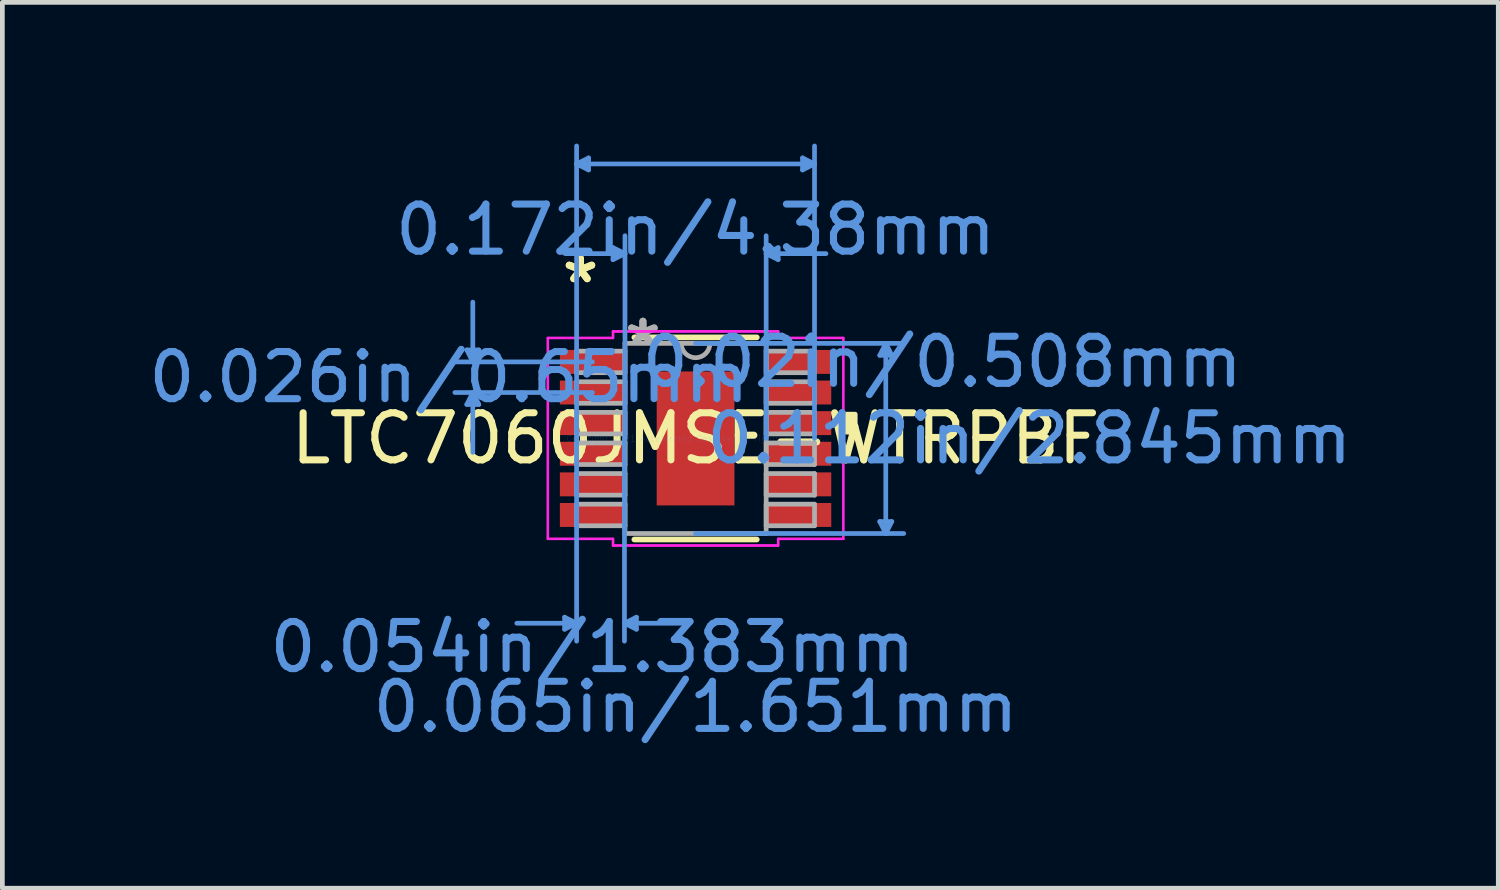
<source format=kicad_pcb>
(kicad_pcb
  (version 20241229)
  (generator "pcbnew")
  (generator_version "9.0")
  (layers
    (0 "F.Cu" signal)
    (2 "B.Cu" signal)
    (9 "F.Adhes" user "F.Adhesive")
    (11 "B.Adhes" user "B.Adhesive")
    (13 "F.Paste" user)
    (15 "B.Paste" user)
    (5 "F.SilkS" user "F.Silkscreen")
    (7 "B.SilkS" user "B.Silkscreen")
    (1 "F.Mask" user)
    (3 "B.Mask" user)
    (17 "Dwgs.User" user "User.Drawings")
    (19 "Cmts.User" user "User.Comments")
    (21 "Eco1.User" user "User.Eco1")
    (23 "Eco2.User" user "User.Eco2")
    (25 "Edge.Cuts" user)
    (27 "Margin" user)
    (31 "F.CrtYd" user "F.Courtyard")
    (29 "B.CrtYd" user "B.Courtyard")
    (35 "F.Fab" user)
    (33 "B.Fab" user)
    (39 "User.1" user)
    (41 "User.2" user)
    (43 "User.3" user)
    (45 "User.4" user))
  (footprint "LTC7060JMSE-WTRPBF"
    (layer "F.Cu")
    (at 11.72 6.26)
    (property "Reference" "LTC7060JMSE-WTRPBF" (at 0 0 0) (layer "F.SilkS") (effects (font (size 1 1) (thickness 0.15))))
    (attr through_hole)
    (fp_line (start -1.3 2.146) (end 1.3 2.146) (stroke (width 0.12) (type solid)) (layer "F.SilkS"))
    (fp_line (start 1.3 -2.146) (end -1.3 -2.146) (stroke (width 0.12) (type solid)) (layer "F.SilkS"))
    (fp_poly (pts (xy 3.39 -0.515) (xy 3.39 -0.134) (xy 3.136 -0.134) (xy 3.136 -0.515)) (stroke (width 0.1) (type solid)) (fill yes) (layer "F.SilkS"))
    (fp_poly (pts (xy -0.726 -1.322) (xy -0.726 -0.1) (xy 0.726 -0.1) (xy 0.726 -1.322)) (stroke (width 0.1) (type solid)) (fill yes) (layer "F.Paste"))
    (fp_poly (pts (xy -0.726 0.1) (xy -0.726 1.322) (xy 0.726 1.322) (xy 0.726 0.1)) (stroke (width 0.1) (type solid)) (fill yes) (layer "F.Paste"))
    (fp_line (start -4.857 -1.879) (end -4.603 -1.879) (stroke (width 0.1) (type solid)) (layer "Cmts.User"))
    (fp_line (start -4.857 -0.721) (end -4.603 -0.721) (stroke (width 0.1) (type solid)) (layer "Cmts.User"))
    (fp_line (start -4.73 -1.625) (end -4.857 -1.879) (stroke (width 0.1) (type solid)) (layer "Cmts.User"))
    (fp_line (start -4.73 -1.625) (end -4.73 -2.895) (stroke (width 0.1) (type solid)) (layer "Cmts.User"))
    (fp_line (start -4.73 -1.625) (end -4.603 -1.879) (stroke (width 0.1) (type solid)) (layer "Cmts.User"))
    (fp_line (start -4.73 -0.975) (end -4.857 -0.721) (stroke (width 0.1) (type solid)) (layer "Cmts.User"))
    (fp_line (start -4.73 -0.975) (end -4.73 0.295) (stroke (width 0.1) (type solid)) (layer "Cmts.User"))
    (fp_line (start -4.73 -0.975) (end -4.603 -0.721) (stroke (width 0.1) (type solid)) (layer "Cmts.User"))
    (fp_line (start -2.78 3.797) (end -2.78 4.051) (stroke (width 0.1) (type solid)) (layer "Cmts.User"))
    (fp_line (start -2.526 -5.829) (end -2.272 -5.956) (stroke (width 0.1) (type solid)) (layer "Cmts.User"))
    (fp_line (start -2.526 -5.829) (end -2.272 -5.702) (stroke (width 0.1) (type solid)) (layer "Cmts.User"))
    (fp_line (start -2.526 -5.829) (end 2.526 -5.829) (stroke (width 0.1) (type solid)) (layer "Cmts.User"))
    (fp_line (start -2.526 0) (end -2.526 -6.21) (stroke (width 0.1) (type solid)) (layer "Cmts.User"))
    (fp_line (start -2.526 0) (end -2.526 4.305) (stroke (width 0.1) (type solid)) (layer "Cmts.User"))
    (fp_line (start -2.526 3.924) (end -3.796 3.924) (stroke (width 0.1) (type solid)) (layer "Cmts.User"))
    (fp_line (start -2.526 3.924) (end -2.78 3.797) (stroke (width 0.1) (type solid)) (layer "Cmts.User"))
    (fp_line (start -2.526 3.924) (end -2.78 4.051) (stroke (width 0.1) (type solid)) (layer "Cmts.User"))
    (fp_line (start -2.272 -5.956) (end -2.272 -5.702) (stroke (width 0.1) (type solid)) (layer "Cmts.User"))
    (fp_line (start -2.19 -1.625) (end -5.111 -1.625) (stroke (width 0.1) (type solid)) (layer "Cmts.User"))
    (fp_line (start -2.19 -0.975) (end -5.111 -0.975) (stroke (width 0.1) (type solid)) (layer "Cmts.User"))
    (fp_line (start -1.753 -4.051) (end -1.753 -3.797) (stroke (width 0.1) (type solid)) (layer "Cmts.User"))
    (fp_line (start -1.51 0) (end -1.51 4.305) (stroke (width 0.1) (type solid)) (layer "Cmts.User"))
    (fp_line (start -1.51 3.924) (end -1.256 3.797) (stroke (width 0.1) (type solid)) (layer "Cmts.User"))
    (fp_line (start -1.51 3.924) (end -1.256 4.051) (stroke (width 0.1) (type solid)) (layer "Cmts.User"))
    (fp_line (start -1.51 3.924) (end -0.24 3.924) (stroke (width 0.1) (type solid)) (layer "Cmts.User"))
    (fp_line (start -1.499 -3.924) (end -2.769 -3.924) (stroke (width 0.1) (type solid)) (layer "Cmts.User"))
    (fp_line (start -1.499 -3.924) (end -1.753 -4.051) (stroke (width 0.1) (type solid)) (layer "Cmts.User"))
    (fp_line (start -1.499 -3.924) (end -1.753 -3.797) (stroke (width 0.1) (type solid)) (layer "Cmts.User"))
    (fp_line (start -1.499 0) (end -1.499 -4.305) (stroke (width 0.1) (type solid)) (layer "Cmts.User"))
    (fp_line (start -1.256 3.797) (end -1.256 4.051) (stroke (width 0.1) (type solid)) (layer "Cmts.User"))
    (fp_line (start 0 -2.019) (end 4.42 -2.019) (stroke (width 0.1) (type solid)) (layer "Cmts.User"))
    (fp_line (start 0 2.019) (end 4.42 2.019) (stroke (width 0.1) (type solid)) (layer "Cmts.User"))
    (fp_line (start 1.499 -3.924) (end 1.753 -4.051) (stroke (width 0.1) (type solid)) (layer "Cmts.User"))
    (fp_line (start 1.499 -3.924) (end 1.753 -3.797) (stroke (width 0.1) (type solid)) (layer "Cmts.User"))
    (fp_line (start 1.499 -3.924) (end 2.769 -3.924) (stroke (width 0.1) (type solid)) (layer "Cmts.User"))
    (fp_line (start 1.499 0) (end 1.499 -4.305) (stroke (width 0.1) (type solid)) (layer "Cmts.User"))
    (fp_line (start 1.753 -4.051) (end 1.753 -3.797) (stroke (width 0.1) (type solid)) (layer "Cmts.User"))
    (fp_line (start 2.272 -5.956) (end 2.272 -5.702) (stroke (width 0.1) (type solid)) (layer "Cmts.User"))
    (fp_line (start 2.526 -5.829) (end 2.272 -5.956) (stroke (width 0.1) (type solid)) (layer "Cmts.User"))
    (fp_line (start 2.526 -5.829) (end 2.272 -5.702) (stroke (width 0.1) (type solid)) (layer "Cmts.User"))
    (fp_line (start 2.526 0) (end 2.526 -6.21) (stroke (width 0.1) (type solid)) (layer "Cmts.User"))
    (fp_line (start 3.912 -1.765) (end 4.166 -1.765) (stroke (width 0.1) (type solid)) (layer "Cmts.User"))
    (fp_line (start 3.912 1.765) (end 4.166 1.765) (stroke (width 0.1) (type solid)) (layer "Cmts.User"))
    (fp_line (start 4.039 -2.019) (end 3.912 -1.765) (stroke (width 0.1) (type solid)) (layer "Cmts.User"))
    (fp_line (start 4.039 -2.019) (end 4.039 2.019) (stroke (width 0.1) (type solid)) (layer "Cmts.User"))
    (fp_line (start 4.039 -2.019) (end 4.166 -1.765) (stroke (width 0.1) (type solid)) (layer "Cmts.User"))
    (fp_line (start 4.039 2.019) (end 3.912 1.765) (stroke (width 0.1) (type solid)) (layer "Cmts.User"))
    (fp_line (start 4.039 2.019) (end 4.166 1.765) (stroke (width 0.1) (type solid)) (layer "Cmts.User"))
    (fp_line (start -3.136 -2.133) (end -1.753 -2.133) (stroke (width 0.05) (type solid)) (layer "F.CrtYd"))
    (fp_line (start -3.136 -2.133) (end -1.753 -2.133) (stroke (width 0.05) (type solid)) (layer "F.CrtYd"))
    (fp_line (start -3.136 2.133) (end -3.136 -2.133) (stroke (width 0.05) (type solid)) (layer "F.CrtYd"))
    (fp_line (start -3.136 2.133) (end -3.136 -2.133) (stroke (width 0.05) (type solid)) (layer "F.CrtYd"))
    (fp_line (start -3.136 2.133) (end -1.753 2.133) (stroke (width 0.05) (type solid)) (layer "F.CrtYd"))
    (fp_line (start -1.753 -2.273) (end 1.753 -2.273) (stroke (width 0.05) (type solid)) (layer "F.CrtYd"))
    (fp_line (start -1.753 -2.273) (end 1.753 -2.273) (stroke (width 0.05) (type solid)) (layer "F.CrtYd"))
    (fp_line (start -1.753 -2.133) (end -1.753 -2.273) (stroke (width 0.05) (type solid)) (layer "F.CrtYd"))
    (fp_line (start -1.753 -2.133) (end -1.753 -2.273) (stroke (width 0.05) (type solid)) (layer "F.CrtYd"))
    (fp_line (start -1.753 2.133) (end -3.136 2.133) (stroke (width 0.05) (type solid)) (layer "F.CrtYd"))
    (fp_line (start -1.753 2.273) (end -1.753 2.133) (stroke (width 0.05) (type solid)) (layer "F.CrtYd"))
    (fp_line (start -1.753 2.273) (end -1.753 2.133) (stroke (width 0.05) (type solid)) (layer "F.CrtYd"))
    (fp_line (start 1.753 -2.273) (end 1.753 -2.133) (stroke (width 0.05) (type solid)) (layer "F.CrtYd"))
    (fp_line (start 1.753 -2.273) (end 1.753 -2.133) (stroke (width 0.05) (type solid)) (layer "F.CrtYd"))
    (fp_line (start 1.753 -2.133) (end 3.136 -2.133) (stroke (width 0.05) (type solid)) (layer "F.CrtYd"))
    (fp_line (start 1.753 2.133) (end 1.753 2.273) (stroke (width 0.05) (type solid)) (layer "F.CrtYd"))
    (fp_line (start 1.753 2.133) (end 1.753 2.273) (stroke (width 0.05) (type solid)) (layer "F.CrtYd"))
    (fp_line (start 1.753 2.273) (end -1.753 2.273) (stroke (width 0.05) (type solid)) (layer "F.CrtYd"))
    (fp_line (start 1.753 2.273) (end -1.753 2.273) (stroke (width 0.05) (type solid)) (layer "F.CrtYd"))
    (fp_line (start 3.136 -2.133) (end 1.753 -2.133) (stroke (width 0.05) (type solid)) (layer "F.CrtYd"))
    (fp_line (start 3.136 -2.133) (end 3.136 2.133) (stroke (width 0.05) (type solid)) (layer "F.CrtYd"))
    (fp_line (start 3.136 -2.133) (end 3.136 2.133) (stroke (width 0.05) (type solid)) (layer "F.CrtYd"))
    (fp_line (start 3.136 2.133) (end 1.753 2.133) (stroke (width 0.05) (type solid)) (layer "F.CrtYd"))
    (fp_line (start 3.136 2.133) (end 1.753 2.133) (stroke (width 0.05) (type solid)) (layer "F.CrtYd"))
    (fp_line (start -2.526 -1.854) (end -2.526 -1.396) (stroke (width 0.1) (type solid)) (layer "F.Fab"))
    (fp_line (start -2.526 -1.396) (end -1.499 -1.396) (stroke (width 0.1) (type solid)) (layer "F.Fab"))
    (fp_line (start -2.526 -1.204) (end -2.526 -0.746) (stroke (width 0.1) (type solid)) (layer "F.Fab"))
    (fp_line (start -2.526 -0.746) (end -1.499 -0.746) (stroke (width 0.1) (type solid)) (layer "F.Fab"))
    (fp_line (start -2.526 -0.554) (end -2.526 -0.096) (stroke (width 0.1) (type solid)) (layer "F.Fab"))
    (fp_line (start -2.526 -0.096) (end -1.499 -0.096) (stroke (width 0.1) (type solid)) (layer "F.Fab"))
    (fp_line (start -2.526 0.096) (end -2.526 0.554) (stroke (width 0.1) (type solid)) (layer "F.Fab"))
    (fp_line (start -2.526 0.554) (end -1.499 0.554) (stroke (width 0.1) (type solid)) (layer "F.Fab"))
    (fp_line (start -2.526 0.746) (end -2.526 1.204) (stroke (width 0.1) (type solid)) (layer "F.Fab"))
    (fp_line (start -2.526 1.204) (end -1.499 1.204) (stroke (width 0.1) (type solid)) (layer "F.Fab"))
    (fp_line (start -2.526 1.396) (end -2.526 1.854) (stroke (width 0.1) (type solid)) (layer "F.Fab"))
    (fp_line (start -2.526 1.854) (end -1.499 1.854) (stroke (width 0.1) (type solid)) (layer "F.Fab"))
    (fp_line (start -1.499 -2.019) (end -1.499 2.019) (stroke (width 0.1) (type solid)) (layer "F.Fab"))
    (fp_line (start -1.499 -1.854) (end -2.526 -1.854) (stroke (width 0.1) (type solid)) (layer "F.Fab"))
    (fp_line (start -1.499 -1.396) (end -1.499 -1.854) (stroke (width 0.1) (type solid)) (layer "F.Fab"))
    (fp_line (start -1.499 -1.204) (end -2.526 -1.204) (stroke (width 0.1) (type solid)) (layer "F.Fab"))
    (fp_line (start -1.499 -0.746) (end -1.499 -1.204) (stroke (width 0.1) (type solid)) (layer "F.Fab"))
    (fp_line (start -1.499 -0.554) (end -2.526 -0.554) (stroke (width 0.1) (type solid)) (layer "F.Fab"))
    (fp_line (start -1.499 -0.096) (end -1.499 -0.554) (stroke (width 0.1) (type solid)) (layer "F.Fab"))
    (fp_line (start -1.499 0.096) (end -2.526 0.096) (stroke (width 0.1) (type solid)) (layer "F.Fab"))
    (fp_line (start -1.499 0.554) (end -1.499 0.096) (stroke (width 0.1) (type solid)) (layer "F.Fab"))
    (fp_line (start -1.499 0.746) (end -2.526 0.746) (stroke (width 0.1) (type solid)) (layer "F.Fab"))
    (fp_line (start -1.499 1.204) (end -1.499 0.746) (stroke (width 0.1) (type solid)) (layer "F.Fab"))
    (fp_line (start -1.499 1.396) (end -2.526 1.396) (stroke (width 0.1) (type solid)) (layer "F.Fab"))
    (fp_line (start -1.499 1.854) (end -1.499 1.396) (stroke (width 0.1) (type solid)) (layer "F.Fab"))
    (fp_line (start -1.499 2.019) (end 1.499 2.019) (stroke (width 0.1) (type solid)) (layer "F.Fab"))
    (fp_line (start 1.499 -2.019) (end -1.499 -2.019) (stroke (width 0.1) (type solid)) (layer "F.Fab"))
    (fp_line (start 1.499 -1.854) (end 1.499 -1.396) (stroke (width 0.1) (type solid)) (layer "F.Fab"))
    (fp_line (start 1.499 -1.396) (end 2.526 -1.396) (stroke (width 0.1) (type solid)) (layer "F.Fab"))
    (fp_line (start 1.499 -1.204) (end 1.499 -0.746) (stroke (width 0.1) (type solid)) (layer "F.Fab"))
    (fp_line (start 1.499 -0.746) (end 2.526 -0.746) (stroke (width 0.1) (type solid)) (layer "F.Fab"))
    (fp_line (start 1.499 -0.554) (end 1.499 -0.096) (stroke (width 0.1) (type solid)) (layer "F.Fab"))
    (fp_line (start 1.499 -0.096) (end 2.526 -0.096) (stroke (width 0.1) (type solid)) (layer "F.Fab"))
    (fp_line (start 1.499 0.096) (end 1.499 0.554) (stroke (width 0.1) (type solid)) (layer "F.Fab"))
    (fp_line (start 1.499 0.554) (end 2.526 0.554) (stroke (width 0.1) (type solid)) (layer "F.Fab"))
    (fp_line (start 1.499 0.746) (end 1.499 1.204) (stroke (width 0.1) (type solid)) (layer "F.Fab"))
    (fp_line (start 1.499 1.204) (end 2.526 1.204) (stroke (width 0.1) (type solid)) (layer "F.Fab"))
    (fp_line (start 1.499 1.396) (end 1.499 1.854) (stroke (width 0.1) (type solid)) (layer "F.Fab"))
    (fp_line (start 1.499 1.854) (end 2.526 1.854) (stroke (width 0.1) (type solid)) (layer "F.Fab"))
    (fp_line (start 1.499 2.019) (end 1.499 -2.019) (stroke (width 0.1) (type solid)) (layer "F.Fab"))
    (fp_line (start 2.526 -1.854) (end 1.499 -1.854) (stroke (width 0.1) (type solid)) (layer "F.Fab"))
    (fp_line (start 2.526 -1.396) (end 2.526 -1.854) (stroke (width 0.1) (type solid)) (layer "F.Fab"))
    (fp_line (start 2.526 -1.204) (end 1.499 -1.204) (stroke (width 0.1) (type solid)) (layer "F.Fab"))
    (fp_line (start 2.526 -0.746) (end 2.526 -1.204) (stroke (width 0.1) (type solid)) (layer "F.Fab"))
    (fp_line (start 2.526 -0.554) (end 1.499 -0.554) (stroke (width 0.1) (type solid)) (layer "F.Fab"))
    (fp_line (start 2.526 -0.096) (end 2.526 -0.554) (stroke (width 0.1) (type solid)) (layer "F.Fab"))
    (fp_line (start 2.526 0.096) (end 1.499 0.096) (stroke (width 0.1) (type solid)) (layer "F.Fab"))
    (fp_line (start 2.526 0.554) (end 2.526 0.096) (stroke (width 0.1) (type solid)) (layer "F.Fab"))
    (fp_line (start 2.526 0.746) (end 1.499 0.746) (stroke (width 0.1) (type solid)) (layer "F.Fab"))
    (fp_line (start 2.526 1.204) (end 2.526 0.746) (stroke (width 0.1) (type solid)) (layer "F.Fab"))
    (fp_line (start 2.526 1.396) (end 1.499 1.396) (stroke (width 0.1) (type solid)) (layer "F.Fab"))
    (fp_line (start 2.526 1.854) (end 2.526 1.396) (stroke (width 0.1) (type solid)) (layer "F.Fab"))
    (fp_arc (start 0.3048 -2.0193) (mid 0 -1.7145) (end -0.3048 -2.0193) (stroke (width 0.1) (type solid)) (layer "F.Fab"))
    (fp_text user "*" (at -2.444 -3.276 0) (layer "F.SilkS") (effects (font (size 1 1) (thickness 0.15))))
    (fp_text user "*" (at -2.444 -3.276 0) (layer "F.SilkS") (effects (font (size 1 1) (thickness 0.15))))
    (fp_text user "Copyright 2021 Accelerated Designs. All rights reserved." (at 0 0 0) (layer "Cmts.User") (effects (font (size 0.127 0.127) (thickness 0.002))))
    (fp_text user "0.112in/2.845mm" (at 7.087 0 0) (layer "Cmts.User") (effects (font (size 1 1) (thickness 0.15))))
    (fp_text user "0.026in/0.65mm" (at -5.238 -1.3 0) (layer "Cmts.User") (effects (font (size 1 1) (thickness 0.15))))
    (fp_text user "0.054in/1.383mm" (at -2.19 4.432 0) (layer "Cmts.User") (effects (font (size 1 1) (thickness 0.15))))
    (fp_text user "0.172in/4.38mm" (at 0 -4.432 0) (layer "Cmts.User") (effects (font (size 1 1) (thickness 0.15))))
    (fp_text user "0.065in/1.651mm" (at 0 5.702 0) (layer "Cmts.User") (effects (font (size 1 1) (thickness 0.15))))
    (fp_text user "0.02in/0.508mm" (at 5.238 -1.625 0) (layer "Cmts.User") (effects (font (size 1 1) (thickness 0.15))))
    (fp_text user "*" (at -1.118 -1.943 0) (layer "F.Fab") (effects (font (size 1 1) (thickness 0.15))))
    (fp_text user "*" (at -1.118 -1.943 0) (layer "F.Fab") (effects (font (size 1 1) (thickness 0.15))))
    (pad "1" smd rect (at -2.19 -1.625) (size 1.383 0.508) (layers "F.Cu" "F.Mask" "F.Paste"))
    (pad "2" smd rect (at -2.19 -0.975) (size 1.383 0.508) (layers "F.Cu" "F.Mask" "F.Paste"))
    (pad "3" smd rect (at -2.19 -0.325) (size 1.383 0.508) (layers "F.Cu" "F.Mask" "F.Paste"))
    (pad "4" smd rect (at -2.19 0.325) (size 1.383 0.508) (layers "F.Cu" "F.Mask" "F.Paste"))
    (pad "5" smd rect (at -2.19 0.975) (size 1.383 0.508) (layers "F.Cu" "F.Mask" "F.Paste"))
    (pad "6" smd rect (at -2.19 1.625) (size 1.383 0.508) (layers "F.Cu" "F.Mask" "F.Paste"))
    (pad "7" smd rect (at 2.19 1.625) (size 1.383 0.508) (layers "F.Cu" "F.Mask" "F.Paste"))
    (pad "8" smd rect (at 2.19 0.975) (size 1.383 0.508) (layers "F.Cu" "F.Mask" "F.Paste"))
    (pad "9" smd rect (at 2.19 0.325) (size 1.383 0.508) (layers "F.Cu" "F.Mask" "F.Paste"))
    (pad "10" smd rect (at 2.19 -0.325) (size 1.383 0.508) (layers "F.Cu" "F.Mask" "F.Paste"))
    (pad "11" smd rect (at 2.19 -0.975) (size 1.383 0.508) (layers "F.Cu" "F.Mask" "F.Paste"))
    (pad "12" smd rect (at 2.19 -1.625) (size 1.383 0.508) (layers "F.Cu" "F.Mask" "F.Paste"))
    (pad "EPAD" smd rect (at 0 0) (size 1.651 2.845) (layers "F.Cu" "F.Mask")))
  (gr_rect
    (start -3 -3)
    (end 28.765 15.811)
    (stroke (width 0.1) (type default))
    (fill no)
    (layer "Edge.Cuts")))
</source>
